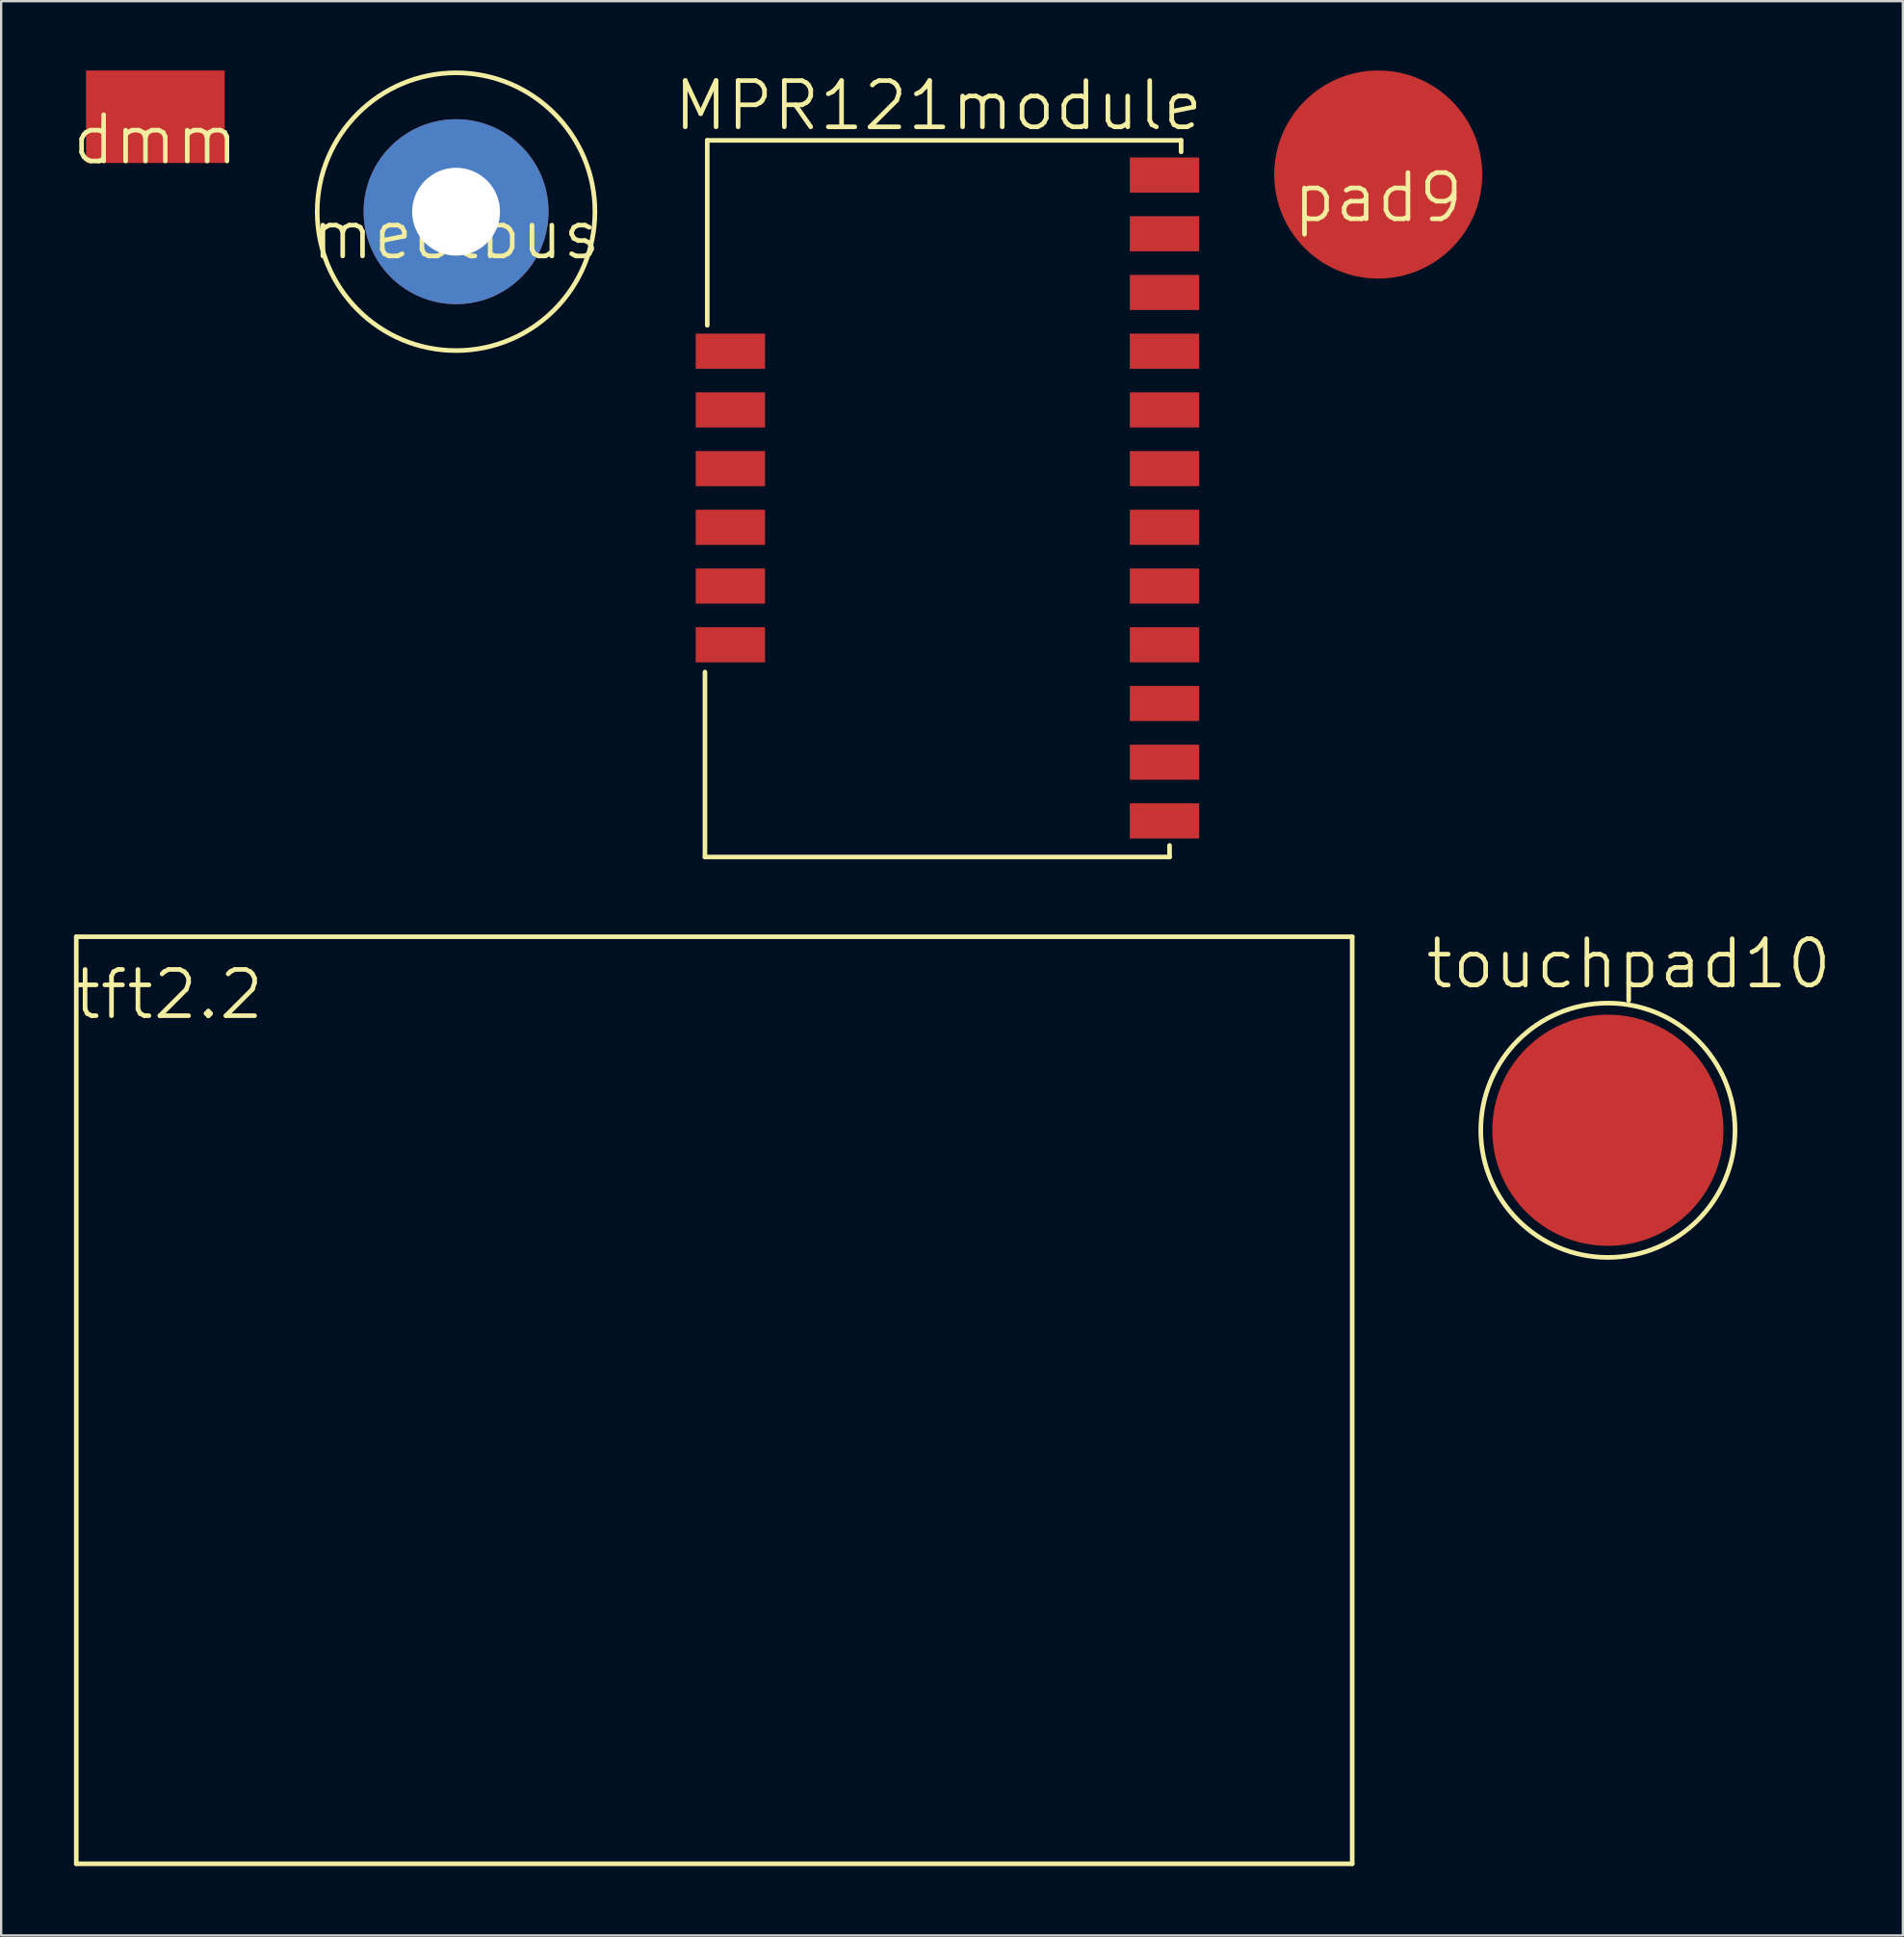
<source format=kicad_pcb>
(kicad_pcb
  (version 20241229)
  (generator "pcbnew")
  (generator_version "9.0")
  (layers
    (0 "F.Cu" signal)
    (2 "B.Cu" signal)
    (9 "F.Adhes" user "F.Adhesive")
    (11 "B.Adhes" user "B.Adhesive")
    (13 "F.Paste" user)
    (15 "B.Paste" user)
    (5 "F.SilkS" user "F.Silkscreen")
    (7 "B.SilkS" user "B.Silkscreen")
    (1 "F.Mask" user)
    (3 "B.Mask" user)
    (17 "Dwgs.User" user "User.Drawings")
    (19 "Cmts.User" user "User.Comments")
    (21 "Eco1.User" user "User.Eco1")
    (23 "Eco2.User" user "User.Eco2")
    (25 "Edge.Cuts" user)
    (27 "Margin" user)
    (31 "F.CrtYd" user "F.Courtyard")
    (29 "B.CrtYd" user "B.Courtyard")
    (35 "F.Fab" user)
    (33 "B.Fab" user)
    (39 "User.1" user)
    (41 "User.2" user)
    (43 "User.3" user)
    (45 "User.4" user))
  (footprint "tft2.2"
    (layer "F.Cu")
    (at 0.25 37.371)
    (property "Reference" "tft2.2" (at 4 2.6 0) (layer "F.SilkS") (effects (font (size 2 2) (thickness 0.2))))
    (attr through_hole)
    (fp_line (start 0 0.1) (end 55.2 0.1) (stroke (width 0.2) (type solid)) (layer "F.SilkS"))
    (fp_line (start 0 40.2) (end 0 0.1) (stroke (width 0.2) (type solid)) (layer "F.SilkS"))
    (fp_line (start 55.2 0.1) (end 55.2 40.2) (stroke (width 0.2) (type solid)) (layer "F.SilkS"))
    (fp_line (start 55.2 40.2) (end 0 40.2) (stroke (width 0.2) (type solid)) (layer "F.SilkS")))
  (footprint "meetbus"
    (layer "F.Cu")
    (at 16.681 6.107)
    (property "Reference" "meetbus" (at 0 1 0) (layer "F.SilkS") (effects (font (size 2 2) (thickness 0.2))))
    (attr through_hole)
    (fp_circle (center 0 0) (end 6 -0.3) (stroke (width 0.2) (type solid)) (fill no) (layer "F.SilkS"))
    (pad "1" thru_hole circle (at 0 0) (size 8 8) (drill 3.8) (layers "*.Cu" "*.Mask")))
  (footprint "dmm"
    (layer "F.Cu")
    (at 3.671 2)
    (property "Reference" "dmm" (at 0 1 0) (layer "F.SilkS") (effects (font (size 2 2) (thickness 0.2))))
    (attr through_hole)
    (pad "1" smd rect (at 0 0) (size 6 4) (layers "F.Cu" "F.Mask" "F.Paste")))
  (footprint "pad9"
    (layer "F.Cu")
    (at 56.576 4.5)
    (property "Reference" "pad9" (at 0 1 0) (layer "F.SilkS") (effects (font (size 2 2) (thickness 0.2))))
    (attr through_hole)
    (pad "1" smd circle (at 0 0) (size 9 9) (layers "F.Cu" "F.Mask" "F.Paste")))
  (footprint "MPR121module"
    (layer "F.Cu")
    (at 29.048 4.521)
    (property "Reference" "MPR121module" (at 8.5 -3 0) (layer "F.SilkS") (effects (font (size 2 2) (thickness 0.2))))
    (attr through_hole)
    (fp_line (start -1.6 29.5) (end -1.6 21.5) (stroke (width 0.2) (type solid)) (layer "F.SilkS"))
    (fp_line (start -1.5 6.5) (end -1.5 -1.5) (stroke (width 0.2) (type solid)) (layer "F.SilkS"))
    (fp_line (start 18.5 29.5) (end -1.6 29.5) (stroke (width 0.2) (type solid)) (layer "F.SilkS"))
    (fp_line (start 18.5 29.5) (end 18.5 29) (stroke (width 0.2) (type solid)) (layer "F.SilkS"))
    (fp_line (start 19 -1.5) (end -1.5 -1.5) (stroke (width 0.2) (type solid)) (layer "F.SilkS"))
    (fp_line (start 19 -1) (end 19 -1.5) (stroke (width 0.2) (type solid)) (layer "F.SilkS"))
    (pad "1" smd rect (at -0.5 7.62) (size 3 1.52) (layers "F.Cu" "F.Mask" "F.Paste"))
    (pad "2" smd rect (at -0.5 10.16) (size 3 1.52) (layers "F.Cu" "F.Mask" "F.Paste"))
    (pad "3" smd rect (at -0.5 12.7) (size 3 1.52) (layers "F.Cu" "F.Mask" "F.Paste"))
    (pad "4" smd rect (at -0.5 15.24) (size 3 1.52) (layers "F.Cu" "F.Mask" "F.Paste"))
    (pad "5" smd rect (at -0.5 17.78) (size 3 1.52) (layers "F.Cu" "F.Mask" "F.Paste"))
    (pad "6" smd rect (at -0.5 20.32) (size 3 1.52) (layers "F.Cu" "F.Mask" "F.Paste"))
    (pad "7" smd rect (at 18.28 27.94) (size 3 1.52) (layers "F.Cu" "F.Mask" "F.Paste"))
    (pad "8" smd rect (at 18.28 25.4) (size 3 1.52) (layers "F.Cu" "F.Mask" "F.Paste"))
    (pad "9" smd rect (at 18.28 22.86) (size 3 1.52) (layers "F.Cu" "F.Mask" "F.Paste"))
    (pad "10" smd rect (at 18.28 20.32) (size 3 1.52) (layers "F.Cu" "F.Mask" "F.Paste"))
    (pad "11" smd rect (at 18.28 17.78) (size 3 1.52) (layers "F.Cu" "F.Mask" "F.Paste"))
    (pad "12" smd rect (at 18.28 15.24) (size 3 1.52) (layers "F.Cu" "F.Mask" "F.Paste"))
    (pad "13" smd rect (at 18.28 12.7) (size 3 1.52) (layers "F.Cu" "F.Mask" "F.Paste"))
    (pad "14" smd rect (at 18.28 10.16) (size 3 1.52) (layers "F.Cu" "F.Mask" "F.Paste"))
    (pad "15" smd rect (at 18.28 7.62) (size 3 1.52) (layers "F.Cu" "F.Mask" "F.Paste"))
    (pad "16" smd rect (at 18.28 5.08) (size 3 1.52) (layers "F.Cu" "F.Mask" "F.Paste"))
    (pad "17" smd rect (at 18.28 2.54) (size 3 1.52) (layers "F.Cu" "F.Mask" "F.Paste"))
    (pad "18" smd rect (at 18.28 0) (size 3 1.52) (layers "F.Cu" "F.Mask" "F.Paste")))
  (footprint "touchpad10"
    (layer "F.Cu")
    (at 66.512 45.842)
    (property "Reference" "touchpad10" (at 0.9 -7.2 0) (layer "F.SilkS") (effects (font (size 2 2) (thickness 0.2))))
    (attr through_hole)
    (fp_circle (center 0 0) (end 5.5 0) (stroke (width 0.2) (type solid)) (fill no) (layer "F.SilkS"))
    (pad "1" smd circle (at 0 0) (size 10 10) (layers "F.Cu" "F.Mask" "F.Paste")))
  (gr_rect
    (start -3 -3)
    (end 79.274 80.671)
    (stroke (width 0.1) (type default))
    (fill no)
    (layer "Edge.Cuts")))
</source>
